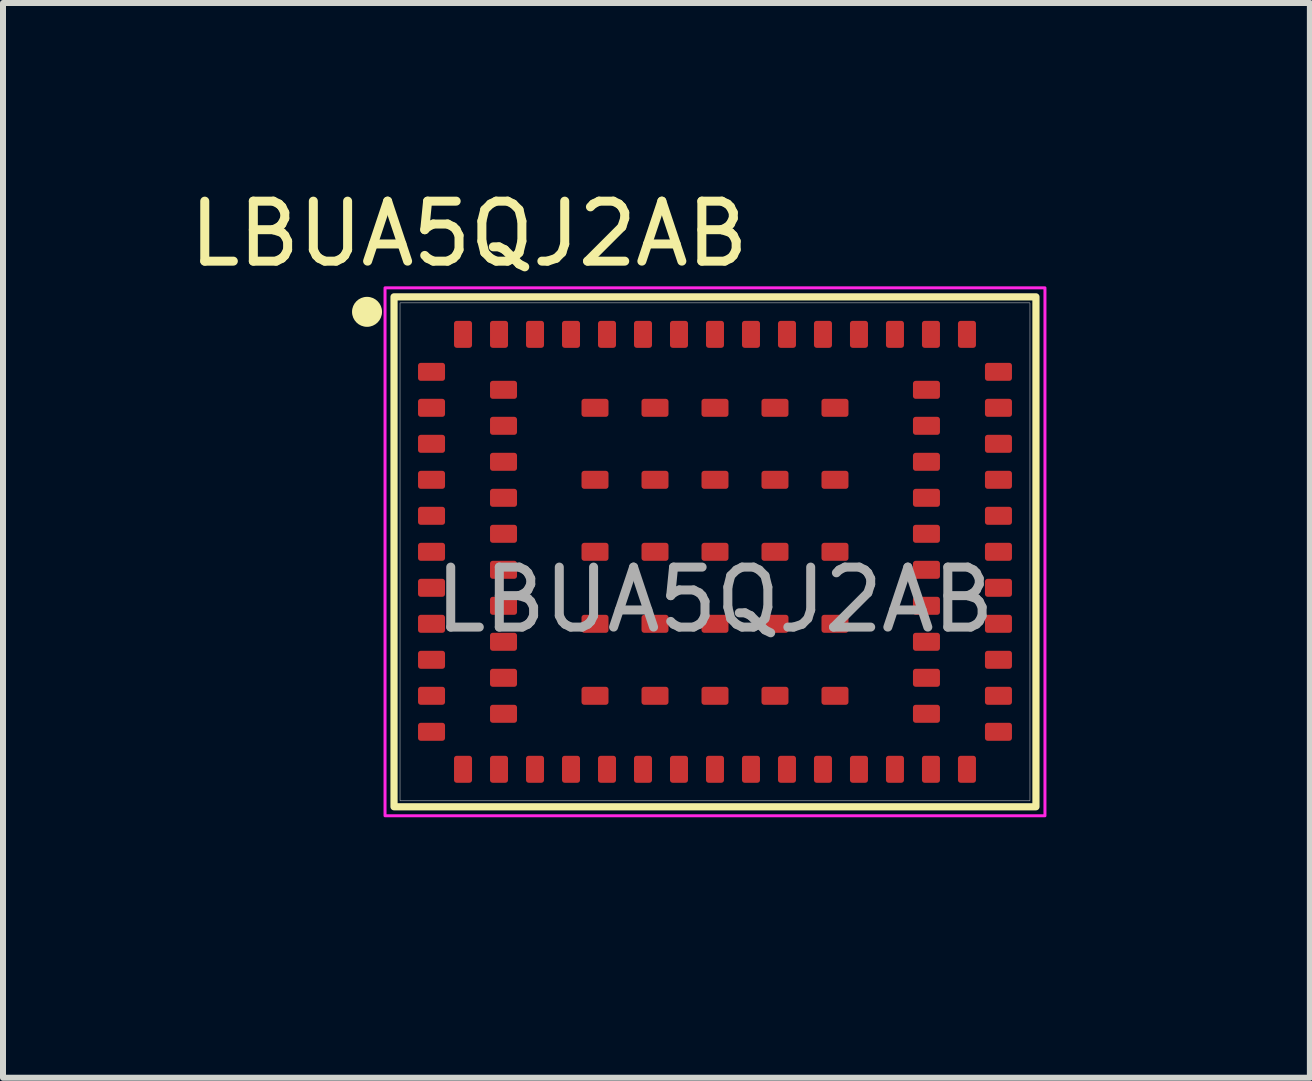
<source format=kicad_pcb>
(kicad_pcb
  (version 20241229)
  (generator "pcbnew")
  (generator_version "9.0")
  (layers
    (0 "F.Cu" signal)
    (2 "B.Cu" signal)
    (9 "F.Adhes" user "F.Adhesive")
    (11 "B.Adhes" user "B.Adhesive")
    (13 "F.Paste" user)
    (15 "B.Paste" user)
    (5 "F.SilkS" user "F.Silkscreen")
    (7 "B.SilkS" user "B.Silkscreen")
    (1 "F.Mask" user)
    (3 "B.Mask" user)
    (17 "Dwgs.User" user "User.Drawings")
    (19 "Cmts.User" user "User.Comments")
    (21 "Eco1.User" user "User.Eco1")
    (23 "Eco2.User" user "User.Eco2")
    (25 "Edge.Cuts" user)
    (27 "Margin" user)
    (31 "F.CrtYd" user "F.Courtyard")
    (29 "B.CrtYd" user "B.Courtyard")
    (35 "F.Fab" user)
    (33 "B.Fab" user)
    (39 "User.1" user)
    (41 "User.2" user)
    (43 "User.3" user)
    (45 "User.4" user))
  (footprint "LBUA5QJ2AB"
    (layer "F.Cu")
    (at 8.868 6.148)
    (property "Reference" "LBUA5QJ2AB" (at -4.1 -5.3 0) (unlocked yes) (layer "F.SilkS") (effects (font (size 1 1) (thickness 0.15))))
    (attr smd)
    (fp_rect (start -5.35 -4.25) (end 5.35 4.25) (stroke (width 0.12) (type solid)) (fill no) (layer "F.SilkS"))
    (fp_circle (center -5.8 -4) (end -5.6 -4) (stroke (width 0.1) (type solid)) (fill yes) (layer "F.SilkS"))
    (fp_rect (start -5.5 -4.4) (end 5.5 4.4) (stroke (width 0.05) (type default)) (fill no) (layer "F.CrtYd"))
    (fp_rect (start -5.25 -4.15) (end 5.25 4.15) (stroke (width 0.01) (type solid)) (fill no) (layer "F.Fab"))
    (fp_text user "${REFERENCE}" (at 0 0.8 0) (unlocked yes) (layer "F.Fab") (effects (font (size 1 1) (thickness 0.15))))
    (dimension (type orthogonal) (layer "User.1") (pts (xy 5.018 1.998) (xy 5.018 2.298)) (height -1.8) (orientation 1) (format (prefix "") (suffix "") (units 3) (units_format 0) (precision 4) (suppress_zeroes yes)) (style (thickness 0.01) (arrow_length 0.127) (text_position_mode 2) (arrow_direction outward) (extension_height 0.586) (extension_offset 0.5) (keep_text_aligned yes)) (gr_text "0.3" (at 3.103 2.148 90) (layer "User.1") (effects (font (size 0.1 0.1) (thickness 0.015)))))
    (dimension (type orthogonal) (layer "User.1") (pts (xy 3.918 2.448) (xy 13.818 2.423)) (height 8.875) (orientation 0) (format (prefix "") (suffix "") (units 3) (units_format 0) (precision 4) (suppress_zeroes yes)) (style (thickness 0.01) (arrow_length 0.127) (text_position_mode 0) (arrow_direction outward) (extension_height 0.586) (extension_offset 0.5) (keep_text_aligned yes)) (gr_text "9.9" (at 8.868 11.208 0) (layer "User.1") (effects (font (size 0.1 0.1) (thickness 0.015)))))
    (dimension (type orthogonal) (layer "User.1") (pts (xy 6.668 9.548) (xy 6.693 2.748)) (height 7.925) (orientation 1) (format (prefix "") (suffix "") (units 3) (units_format 0) (precision 4) (suppress_zeroes yes)) (style (thickness 0.01) (arrow_length 0.127) (text_position_mode 0) (arrow_direction outward) (extension_height 0.586) (extension_offset 0.5) (keep_text_aligned yes)) (gr_text "6.8" (at 14.478 6.148 90) (layer "User.1") (effects (font (size 0.1 0.1) (thickness 0.015)))))
    (dimension (type orthogonal) (layer "User.1") (pts (xy 8.868 1.973) (xy 12.618 1.998)) (height 8.775) (orientation 0) (format (prefix "") (suffix "") (units 3) (units_format 0) (precision 4) (suppress_zeroes yes)) (style (thickness 0.01) (arrow_length 0.127) (text_position_mode 0) (arrow_direction outward) (extension_height 0.586) (extension_offset 0.5) (keep_text_aligned yes)) (gr_text "3.75" (at 10.743 10.633 0) (layer "User.1") (effects (font (size 0.1 0.1) (thickness 0.015)))))
    (dimension (type orthogonal) (layer "User.1") (pts (xy 6.218 6.148) (xy 6.243 2.298)) (height 8.775) (orientation 1) (format (prefix "") (suffix "") (units 3) (units_format 0) (precision 4) (suppress_zeroes yes)) (style (thickness 0.01) (arrow_length 0.127) (text_position_mode 0) (arrow_direction outward) (extension_height 0.586) (extension_offset 0.5) (keep_text_aligned yes)) (gr_text "3.85" (at 14.878 4.223 90) (layer "User.1") (effects (font (size 0.1 0.1) (thickness 0.015)))))
    (dimension (type orthogonal) (layer "User.1") (pts (xy 5.118 1.973) (xy 12.618 1.998)) (height 8.775) (orientation 0) (format (prefix "") (suffix "") (units 3) (units_format 0) (precision 4) (suppress_zeroes yes)) (style (thickness 0.01) (arrow_length 0.127) (text_position_mode 0) (arrow_direction outward) (extension_height 0.586) (extension_offset 0.5) (keep_text_aligned yes)) (gr_text "7.5" (at 8.868 10.633 0) (layer "User.1") (effects (font (size 0.1 0.1) (thickness 0.015)))))
    (dimension (type orthogonal) (layer "User.1") (pts (xy 3.618 8.598) (xy 3.918 8.598)) (height 1.8) (orientation 0) (format (prefix "") (suffix "") (units 3) (units_format 0) (precision 4) (suppress_zeroes yes)) (style (thickness 0.01) (arrow_length 0.127) (text_position_mode 2) (arrow_direction outward) (extension_height 0.586) (extension_offset 0.5) (keep_text_aligned yes)) (gr_text "0.3" (at 3.768 10.513 0) (layer "User.1") (effects (font (size 0.1 0.1) (thickness 0.015)))))
    (dimension (type orthogonal) (layer "User.1") (pts (xy 6.418 9.998) (xy 6.443 2.298)) (height 8.775) (orientation 1) (format (prefix "") (suffix "") (units 3) (units_format 0) (precision 4) (suppress_zeroes yes)) (style (thickness 0.01) (arrow_length 0.127) (text_position_mode 0) (arrow_direction outward) (extension_height 0.586) (extension_offset 0.5) (keep_text_aligned yes)) (gr_text "7.7" (at 15.078 6.148 90) (layer "User.1") (effects (font (size 0.1 0.1) (thickness 0.015)))))
    (dimension (type orthogonal) (layer "User.1") (pts (xy 4.368 2.598) (xy 13.368 2.498)) (height 8.55) (orientation 0) (format (prefix "") (suffix "") (units 3) (units_format 0) (precision 4) (suppress_zeroes yes)) (style (thickness 0.01) (arrow_length 0.127) (text_position_mode 0) (arrow_direction outward) (extension_height 0.586) (extension_offset 0.5) (keep_text_aligned yes)) (gr_text "9" (at 8.868 11.033 0) (layer "User.1") (effects (font (size 0.1 0.1) (thickness 0.015)))))
    (dimension (type orthogonal) (layer "User.1") (pts (xy 5.043 3.298) (xy 5.043 3.598)) (height -0.55) (orientation 1) (format (prefix "") (suffix "") (units 3) (units_format 0) (precision 4) (suppress_zeroes yes)) (style (thickness 0.01) (arrow_length 0.127) (text_position_mode 2) (arrow_direction outward) (extension_height 0.586) (extension_offset 0.5) (keep_text_aligned yes)) (gr_text "0.3" (at 4.378 3.448 90) (layer "User.1") (effects (font (size 0.1 0.1) (thickness 0.015)))))
    (pad "1" smd roundrect (at -4.725 -3) (size 0.45 0.3) (property pad_prop_bga) (layers "F.Cu" "F.Mask" "F.Paste") (roundrect_rratio 0.15))
    (pad "2" smd roundrect (at -4.725 -2.4) (size 0.45 0.3) (property pad_prop_bga) (layers "F.Cu" "F.Mask" "F.Paste") (roundrect_rratio 0.15))
    (pad "3" smd roundrect (at -4.725 -1.8) (size 0.45 0.3) (property pad_prop_bga) (layers "F.Cu" "F.Mask" "F.Paste") (roundrect_rratio 0.15))
    (pad "4" smd roundrect (at -4.725 -1.2) (size 0.45 0.3) (property pad_prop_bga) (layers "F.Cu" "F.Mask" "F.Paste") (roundrect_rratio 0.15))
    (pad "5" smd roundrect (at -4.725 -0.6) (size 0.45 0.3) (property pad_prop_bga) (layers "F.Cu" "F.Mask" "F.Paste") (roundrect_rratio 0.15))
    (pad "6" smd roundrect (at -4.725 0) (size 0.45 0.3) (property pad_prop_bga) (layers "F.Cu" "F.Mask" "F.Paste") (roundrect_rratio 0.15))
    (pad "7" smd roundrect (at -4.725 0.6) (size 0.45 0.3) (property pad_prop_bga) (layers "F.Cu" "F.Mask" "F.Paste") (roundrect_rratio 0.15))
    (pad "8" smd roundrect (at -4.725 1.2) (size 0.45 0.3) (property pad_prop_bga) (layers "F.Cu" "F.Mask" "F.Paste") (roundrect_rratio 0.15))
    (pad "9" smd roundrect (at -4.725 1.8) (size 0.45 0.3) (property pad_prop_bga) (layers "F.Cu" "F.Mask" "F.Paste") (roundrect_rratio 0.15))
    (pad "10" smd roundrect (at -4.725 2.4) (size 0.45 0.3) (property pad_prop_bga) (layers "F.Cu" "F.Mask" "F.Paste") (roundrect_rratio 0.15))
    (pad "11" smd roundrect (at -4.725 3) (size 0.45 0.3) (property pad_prop_bga) (layers "F.Cu" "F.Mask" "F.Paste") (roundrect_rratio 0.15))
    (pad "12" smd roundrect (at -4.2 3.625 90) (size 0.45 0.3) (property pad_prop_bga) (layers "F.Cu" "F.Mask" "F.Paste") (roundrect_rratio 0.15))
    (pad "13" smd roundrect (at -3.6 3.625 90) (size 0.45 0.3) (property pad_prop_bga) (layers "F.Cu" "F.Mask" "F.Paste") (roundrect_rratio 0.15))
    (pad "14" smd roundrect (at -3 3.625 90) (size 0.45 0.3) (property pad_prop_bga) (layers "F.Cu" "F.Mask" "F.Paste") (roundrect_rratio 0.15))
    (pad "15" smd roundrect (at -2.4 3.625 90) (size 0.45 0.3) (property pad_prop_bga) (layers "F.Cu" "F.Mask" "F.Paste") (roundrect_rratio 0.15))
    (pad "16" smd roundrect (at -1.8 3.625 90) (size 0.45 0.3) (property pad_prop_bga) (layers "F.Cu" "F.Mask" "F.Paste") (roundrect_rratio 0.15))
    (pad "17" smd roundrect (at -1.2 3.625 90) (size 0.45 0.3) (property pad_prop_bga) (layers "F.Cu" "F.Mask" "F.Paste") (roundrect_rratio 0.15))
    (pad "18" smd roundrect (at -0.6 3.625 90) (size 0.45 0.3) (property pad_prop_bga) (layers "F.Cu" "F.Mask" "F.Paste") (roundrect_rratio 0.15))
    (pad "19" smd roundrect (at 0 3.625 90) (size 0.45 0.3) (property pad_prop_bga) (layers "F.Cu" "F.Mask" "F.Paste") (roundrect_rratio 0.15))
    (pad "20" smd roundrect (at 0.6 3.625 90) (size 0.45 0.3) (property pad_prop_bga) (layers "F.Cu" "F.Mask" "F.Paste") (roundrect_rratio 0.15))
    (pad "21" smd roundrect (at 1.2 3.625 90) (size 0.45 0.3) (property pad_prop_bga) (layers "F.Cu" "F.Mask" "F.Paste") (roundrect_rratio 0.15))
    (pad "22" smd roundrect (at 1.8 3.625 90) (size 0.45 0.3) (property pad_prop_bga) (layers "F.Cu" "F.Mask" "F.Paste") (roundrect_rratio 0.15))
    (pad "23" smd roundrect (at 2.4 3.625 90) (size 0.45 0.3) (property pad_prop_bga) (layers "F.Cu" "F.Mask" "F.Paste") (roundrect_rratio 0.15))
    (pad "24" smd roundrect (at 3 3.625 90) (size 0.45 0.3) (property pad_prop_bga) (layers "F.Cu" "F.Mask" "F.Paste") (roundrect_rratio 0.15))
    (pad "25" smd roundrect (at 3.6 3.625 90) (size 0.45 0.3) (property pad_prop_bga) (layers "F.Cu" "F.Mask" "F.Paste") (roundrect_rratio 0.15))
    (pad "26" smd roundrect (at 4.2 3.625 90) (size 0.45 0.3) (property pad_prop_bga) (layers "F.Cu" "F.Mask" "F.Paste") (roundrect_rratio 0.15))
    (pad "27" smd roundrect (at 4.725 3) (size 0.45 0.3) (property pad_prop_bga) (layers "F.Cu" "F.Mask" "F.Paste") (roundrect_rratio 0.15))
    (pad "28" smd roundrect (at 4.725 2.4) (size 0.45 0.3) (property pad_prop_bga) (layers "F.Cu" "F.Mask" "F.Paste") (roundrect_rratio 0.15))
    (pad "29" smd roundrect (at 4.725 1.8) (size 0.45 0.3) (property pad_prop_bga) (layers "F.Cu" "F.Mask" "F.Paste") (roundrect_rratio 0.15))
    (pad "30" smd roundrect (at 4.725 1.2) (size 0.45 0.3) (property pad_prop_bga) (layers "F.Cu" "F.Mask" "F.Paste") (roundrect_rratio 0.15))
    (pad "31" smd roundrect (at 4.725 0.6) (size 0.45 0.3) (property pad_prop_bga) (layers "F.Cu" "F.Mask" "F.Paste") (roundrect_rratio 0.15))
    (pad "32" smd roundrect (at 4.725 0) (size 0.45 0.3) (property pad_prop_bga) (layers "F.Cu" "F.Mask" "F.Paste") (roundrect_rratio 0.15))
    (pad "33" smd roundrect (at 4.725 -0.6) (size 0.45 0.3) (property pad_prop_bga) (layers "F.Cu" "F.Mask" "F.Paste") (roundrect_rratio 0.15))
    (pad "34" smd roundrect (at 4.725 -1.2) (size 0.45 0.3) (property pad_prop_bga) (layers "F.Cu" "F.Mask" "F.Paste") (roundrect_rratio 0.15))
    (pad "35" smd roundrect (at 4.725 -1.8) (size 0.45 0.3) (property pad_prop_bga) (layers "F.Cu" "F.Mask" "F.Paste") (roundrect_rratio 0.15))
    (pad "36" smd roundrect (at 4.725 -2.4) (size 0.45 0.3) (property pad_prop_bga) (layers "F.Cu" "F.Mask" "F.Paste") (roundrect_rratio 0.15))
    (pad "37" smd roundrect (at 4.725 -3) (size 0.45 0.3) (property pad_prop_bga) (layers "F.Cu" "F.Mask" "F.Paste") (roundrect_rratio 0.15))
    (pad "38" smd roundrect (at 4.2 -3.625 90) (size 0.45 0.3) (property pad_prop_bga) (layers "F.Cu" "F.Mask" "F.Paste") (roundrect_rratio 0.15))
    (pad "39" smd roundrect (at 3.6 -3.625 90) (size 0.45 0.3) (property pad_prop_bga) (layers "F.Cu" "F.Mask" "F.Paste") (roundrect_rratio 0.15))
    (pad "40" smd roundrect (at 3 -3.625 90) (size 0.45 0.3) (property pad_prop_bga) (layers "F.Cu" "F.Mask" "F.Paste") (roundrect_rratio 0.15))
    (pad "41" smd roundrect (at 2.4 -3.625 90) (size 0.45 0.3) (property pad_prop_bga) (layers "F.Cu" "F.Mask" "F.Paste") (roundrect_rratio 0.15))
    (pad "42" smd roundrect (at 1.8 -3.625 90) (size 0.45 0.3) (property pad_prop_bga) (layers "F.Cu" "F.Mask" "F.Paste") (roundrect_rratio 0.15))
    (pad "43" smd roundrect (at 1.2 -3.625 90) (size 0.45 0.3) (property pad_prop_bga) (layers "F.Cu" "F.Mask" "F.Paste") (roundrect_rratio 0.15))
    (pad "44" smd roundrect (at 0.6 -3.625 90) (size 0.45 0.3) (property pad_prop_bga) (layers "F.Cu" "F.Mask" "F.Paste") (roundrect_rratio 0.15))
    (pad "45" smd roundrect (at 0 -3.625 90) (size 0.45 0.3) (property pad_prop_bga) (layers "F.Cu" "F.Mask" "F.Paste") (roundrect_rratio 0.15))
    (pad "46" smd roundrect (at -0.6 -3.625 90) (size 0.45 0.3) (property pad_prop_bga) (layers "F.Cu" "F.Mask" "F.Paste") (roundrect_rratio 0.15))
    (pad "47" smd roundrect (at -1.2 -3.625 90) (size 0.45 0.3) (property pad_prop_bga) (layers "F.Cu" "F.Mask" "F.Paste") (roundrect_rratio 0.15))
    (pad "48" smd roundrect (at -1.8 -3.625 90) (size 0.45 0.3) (property pad_prop_bga) (layers "F.Cu" "F.Mask" "F.Paste") (roundrect_rratio 0.15))
    (pad "49" smd roundrect (at -2.4 -3.625 90) (size 0.45 0.3) (property pad_prop_bga) (layers "F.Cu" "F.Mask" "F.Paste") (roundrect_rratio 0.15))
    (pad "50" smd roundrect (at -3 -3.625 90) (size 0.45 0.3) (property pad_prop_bga) (layers "F.Cu" "F.Mask" "F.Paste") (roundrect_rratio 0.15))
    (pad "51" smd roundrect (at -3.6 -3.625 90) (size 0.45 0.3) (property pad_prop_bga) (layers "F.Cu" "F.Mask" "F.Paste") (roundrect_rratio 0.15))
    (pad "52" smd roundrect (at -4.2 -3.625 90) (size 0.45 0.3) (property pad_prop_bga) (layers "F.Cu" "F.Mask" "F.Paste") (roundrect_rratio 0.15))
    (pad "53" smd roundrect (at -3.525 -2.7) (size 0.45 0.3) (property pad_prop_bga) (layers "F.Cu" "F.Mask" "F.Paste") (roundrect_rratio 0.15))
    (pad "54" smd roundrect (at -3.525 -2.1) (size 0.45 0.3) (property pad_prop_bga) (layers "F.Cu" "F.Mask" "F.Paste") (roundrect_rratio 0.15))
    (pad "55" smd roundrect (at -3.525 -1.5) (size 0.45 0.3) (property pad_prop_bga) (layers "F.Cu" "F.Mask" "F.Paste") (roundrect_rratio 0.15))
    (pad "56" smd roundrect (at -3.525 -0.9) (size 0.45 0.3) (property pad_prop_bga) (layers "F.Cu" "F.Mask" "F.Paste") (roundrect_rratio 0.15))
    (pad "57" smd roundrect (at -3.525 -0.3) (size 0.45 0.3) (property pad_prop_bga) (layers "F.Cu" "F.Mask" "F.Paste") (roundrect_rratio 0.15))
    (pad "58" smd roundrect (at -3.525 0.3) (size 0.45 0.3) (property pad_prop_bga) (layers "F.Cu" "F.Mask" "F.Paste") (roundrect_rratio 0.15))
    (pad "59" smd roundrect (at -3.525 0.9) (size 0.45 0.3) (property pad_prop_bga) (layers "F.Cu" "F.Mask" "F.Paste") (roundrect_rratio 0.15))
    (pad "60" smd roundrect (at -3.525 1.5) (size 0.45 0.3) (property pad_prop_bga) (layers "F.Cu" "F.Mask" "F.Paste") (roundrect_rratio 0.15))
    (pad "61" smd roundrect (at -3.525 2.1) (size 0.45 0.3) (property pad_prop_bga) (layers "F.Cu" "F.Mask" "F.Paste") (roundrect_rratio 0.15))
    (pad "62" smd roundrect (at -3.525 2.7) (size 0.45 0.3) (property pad_prop_bga) (layers "F.Cu" "F.Mask" "F.Paste") (roundrect_rratio 0.15))
    (pad "63" smd roundrect (at 3.525 2.7 180) (size 0.45 0.3) (property pad_prop_bga) (layers "F.Cu" "F.Mask" "F.Paste") (roundrect_rratio 0.15))
    (pad "64" smd roundrect (at 3.525 2.1 180) (size 0.45 0.3) (property pad_prop_bga) (layers "F.Cu" "F.Mask" "F.Paste") (roundrect_rratio 0.15))
    (pad "65" smd roundrect (at 3.525 1.5 180) (size 0.45 0.3) (property pad_prop_bga) (layers "F.Cu" "F.Mask" "F.Paste") (roundrect_rratio 0.15))
    (pad "66" smd roundrect (at 3.525 0.9 180) (size 0.45 0.3) (property pad_prop_bga) (layers "F.Cu" "F.Mask" "F.Paste") (roundrect_rratio 0.15))
    (pad "67" smd roundrect (at 3.525 0.3 180) (size 0.45 0.3) (property pad_prop_bga) (layers "F.Cu" "F.Mask" "F.Paste") (roundrect_rratio 0.15))
    (pad "68" smd roundrect (at 3.525 -0.3 180) (size 0.45 0.3) (property pad_prop_bga) (layers "F.Cu" "F.Mask" "F.Paste") (roundrect_rratio 0.15))
    (pad "69" smd roundrect (at 3.525 -0.9 180) (size 0.45 0.3) (property pad_prop_bga) (layers "F.Cu" "F.Mask" "F.Paste") (roundrect_rratio 0.15))
    (pad "70" smd roundrect (at 3.525 -1.5 180) (size 0.45 0.3) (property pad_prop_bga) (layers "F.Cu" "F.Mask" "F.Paste") (roundrect_rratio 0.15))
    (pad "71" smd roundrect (at 3.525 -2.1 180) (size 0.45 0.3) (property pad_prop_bga) (layers "F.Cu" "F.Mask" "F.Paste") (roundrect_rratio 0.15))
    (pad "72" smd roundrect (at 3.525 -2.7 180) (size 0.45 0.3) (property pad_prop_bga) (layers "F.Cu" "F.Mask" "F.Paste") (roundrect_rratio 0.15))
    (pad "73" smd roundrect (at -2 -2.4) (size 0.45 0.3) (property pad_prop_bga) (layers "F.Cu" "F.Mask" "F.Paste") (roundrect_rratio 0.15))
    (pad "74" smd roundrect (at -1 -2.4) (size 0.45 0.3) (property pad_prop_bga) (layers "F.Cu" "F.Mask" "F.Paste") (roundrect_rratio 0.15))
    (pad "75" smd roundrect (at 0 -2.4) (size 0.45 0.3) (property pad_prop_bga) (layers "F.Cu" "F.Mask" "F.Paste") (roundrect_rratio 0.15))
    (pad "76" smd roundrect (at 1 -2.4) (size 0.45 0.3) (property pad_prop_bga) (layers "F.Cu" "F.Mask" "F.Paste") (roundrect_rratio 0.15))
    (pad "77" smd roundrect (at 2 -2.4) (size 0.45 0.3) (property pad_prop_bga) (layers "F.Cu" "F.Mask" "F.Paste") (roundrect_rratio 0.15))
    (pad "78" smd roundrect (at -2 -1.2) (size 0.45 0.3) (property pad_prop_bga) (layers "F.Cu" "F.Mask" "F.Paste") (roundrect_rratio 0.15))
    (pad "79" smd roundrect (at -1 -1.2) (size 0.45 0.3) (property pad_prop_bga) (layers "F.Cu" "F.Mask" "F.Paste") (roundrect_rratio 0.15))
    (pad "80" smd roundrect (at 0 -1.2) (size 0.45 0.3) (property pad_prop_bga) (layers "F.Cu" "F.Mask" "F.Paste") (roundrect_rratio 0.15))
    (pad "81" smd roundrect (at 1 -1.2) (size 0.45 0.3) (property pad_prop_bga) (layers "F.Cu" "F.Mask" "F.Paste") (roundrect_rratio 0.15))
    (pad "82" smd roundrect (at 2 -1.2) (size 0.45 0.3) (property pad_prop_bga) (layers "F.Cu" "F.Mask" "F.Paste") (roundrect_rratio 0.15))
    (pad "83" smd roundrect (at -2 0) (size 0.45 0.3) (property pad_prop_bga) (layers "F.Cu" "F.Mask" "F.Paste") (roundrect_rratio 0.15))
    (pad "84" smd roundrect (at -1 0) (size 0.45 0.3) (property pad_prop_bga) (layers "F.Cu" "F.Mask" "F.Paste") (roundrect_rratio 0.15))
    (pad "85" smd roundrect (at 0 0) (size 0.45 0.3) (property pad_prop_bga) (layers "F.Cu" "F.Mask" "F.Paste") (roundrect_rratio 0.15))
    (pad "86" smd roundrect (at 1 0) (size 0.45 0.3) (property pad_prop_bga) (layers "F.Cu" "F.Mask" "F.Paste") (roundrect_rratio 0.15))
    (pad "87" smd roundrect (at 2 0) (size 0.45 0.3) (property pad_prop_bga) (layers "F.Cu" "F.Mask" "F.Paste") (roundrect_rratio 0.15))
    (pad "88" smd roundrect (at -2 1.2) (size 0.45 0.3) (property pad_prop_bga) (layers "F.Cu" "F.Mask" "F.Paste") (roundrect_rratio 0.15))
    (pad "89" smd roundrect (at -1 1.2) (size 0.45 0.3) (property pad_prop_bga) (layers "F.Cu" "F.Mask" "F.Paste") (roundrect_rratio 0.15))
    (pad "90" smd roundrect (at 0 1.2) (size 0.45 0.3) (property pad_prop_bga) (layers "F.Cu" "F.Mask" "F.Paste") (roundrect_rratio 0.15))
    (pad "91" smd roundrect (at 1 1.2) (size 0.45 0.3) (property pad_prop_bga) (layers "F.Cu" "F.Mask" "F.Paste") (roundrect_rratio 0.15))
    (pad "92" smd roundrect (at 2 1.2) (size 0.45 0.3) (property pad_prop_bga) (layers "F.Cu" "F.Mask" "F.Paste") (roundrect_rratio 0.15))
    (pad "93" smd roundrect (at -2 2.4) (size 0.45 0.3) (property pad_prop_bga) (layers "F.Cu" "F.Mask" "F.Paste") (roundrect_rratio 0.15))
    (pad "94" smd roundrect (at -1 2.4) (size 0.45 0.3) (property pad_prop_bga) (layers "F.Cu" "F.Mask" "F.Paste") (roundrect_rratio 0.15))
    (pad "95" smd roundrect (at 0 2.4) (size 0.45 0.3) (property pad_prop_bga) (layers "F.Cu" "F.Mask" "F.Paste") (roundrect_rratio 0.15))
    (pad "96" smd roundrect (at 1 2.4) (size 0.45 0.3) (property pad_prop_bga) (layers "F.Cu" "F.Mask" "F.Paste") (roundrect_rratio 0.15))
    (pad "97" smd roundrect (at 2 2.4) (size 0.45 0.3) (property pad_prop_bga) (layers "F.Cu" "F.Mask" "F.Paste") (roundrect_rratio 0.15)))
  (gr_rect
    (start -3 -3)
    (end 18.784 14.915)
    (stroke (width 0.1) (type default))
    (fill no)
    (layer "Edge.Cuts")))
</source>
